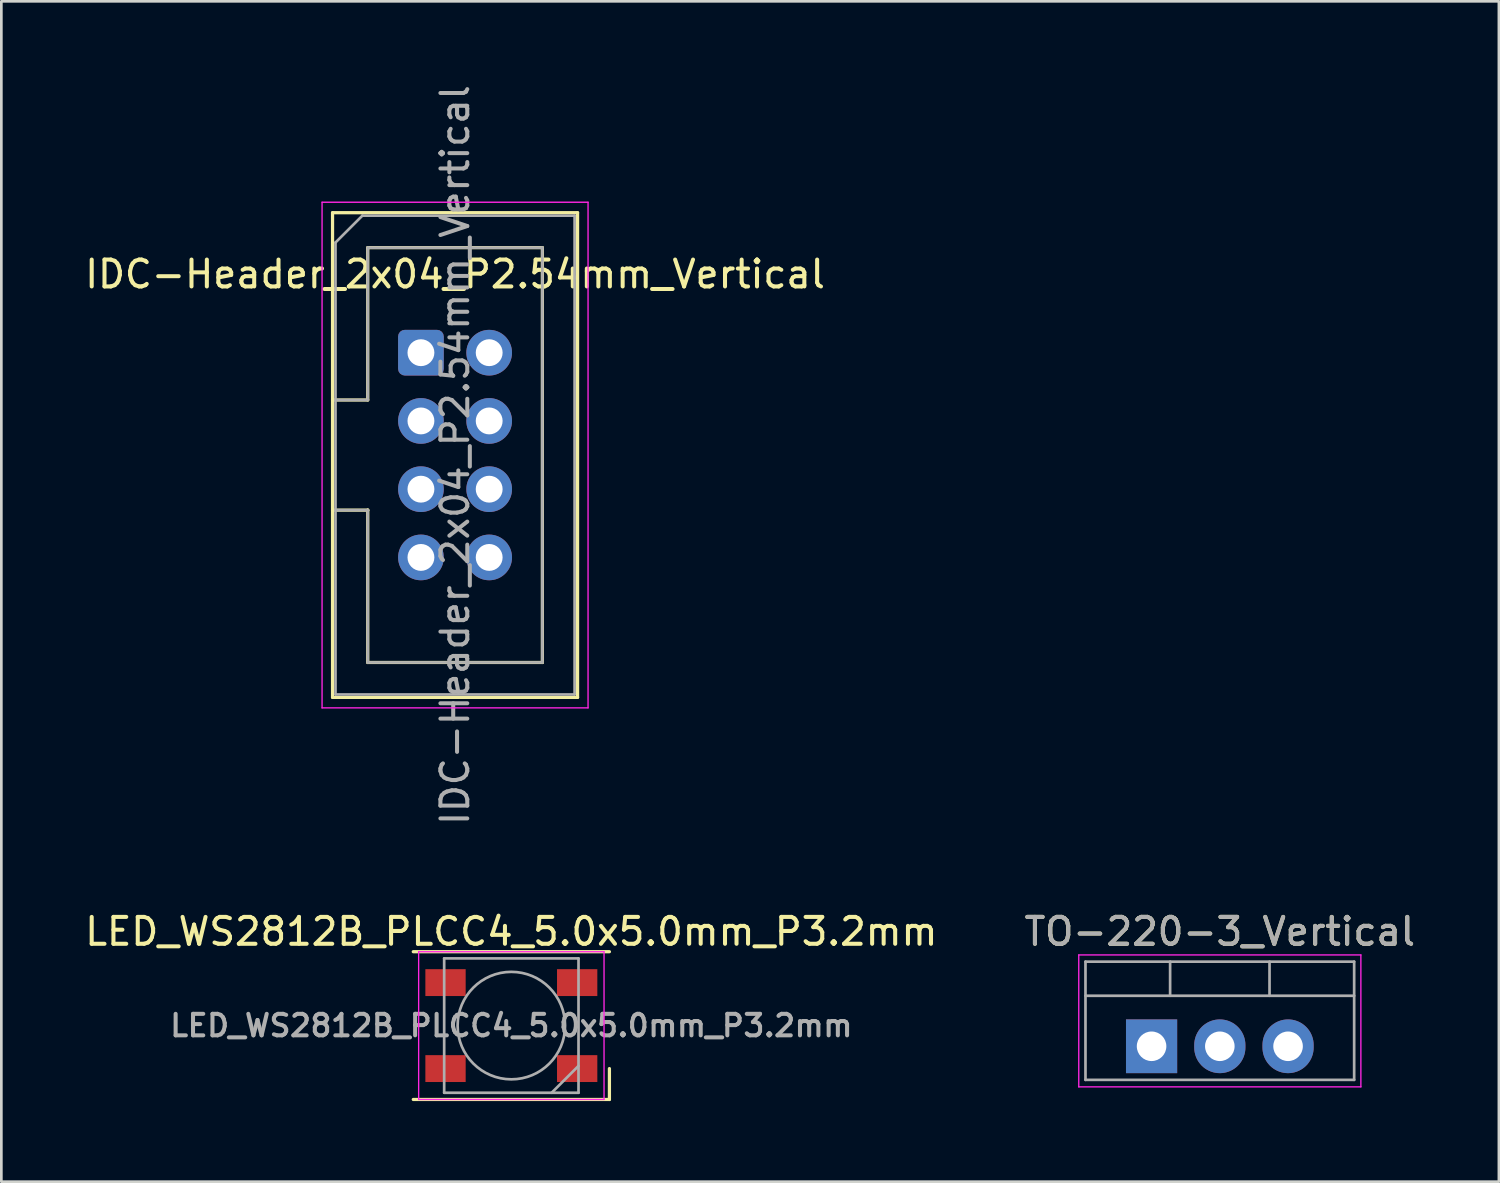
<source format=kicad_pcb>
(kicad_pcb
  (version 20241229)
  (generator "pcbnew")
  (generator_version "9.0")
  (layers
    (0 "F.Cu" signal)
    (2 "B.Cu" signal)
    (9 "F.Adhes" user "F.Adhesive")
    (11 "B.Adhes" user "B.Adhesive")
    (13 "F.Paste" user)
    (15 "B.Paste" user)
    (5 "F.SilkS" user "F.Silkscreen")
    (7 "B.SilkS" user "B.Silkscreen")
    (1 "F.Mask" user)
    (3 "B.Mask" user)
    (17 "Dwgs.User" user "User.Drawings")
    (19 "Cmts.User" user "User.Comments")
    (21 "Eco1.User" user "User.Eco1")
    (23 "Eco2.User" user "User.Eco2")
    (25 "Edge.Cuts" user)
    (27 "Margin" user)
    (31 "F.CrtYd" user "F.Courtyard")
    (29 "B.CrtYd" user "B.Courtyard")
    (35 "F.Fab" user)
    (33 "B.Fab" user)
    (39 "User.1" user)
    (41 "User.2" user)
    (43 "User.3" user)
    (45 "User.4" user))
  (footprint "TO-220-3_Vertical"
    (layer "F.Cu")
    (at 39.811 35.892)
    (property "Reference" "TO-220-3_Vertical" (at 2.54 -4.27 0) (layer "F.SilkS") (effects (font (size 1 1) (thickness 0.15))))
    (attr through_hole)
    (fp_line (start -2.71 -3.4) (end -2.71 1.51) (stroke (width 0.05) (type solid)) (layer "F.CrtYd"))
    (fp_line (start -2.71 1.51) (end 7.79 1.51) (stroke (width 0.05) (type solid)) (layer "F.CrtYd"))
    (fp_line (start 7.79 -3.4) (end -2.71 -3.4) (stroke (width 0.05) (type solid)) (layer "F.CrtYd"))
    (fp_line (start 7.79 1.51) (end 7.79 -3.4) (stroke (width 0.05) (type solid)) (layer "F.CrtYd"))
    (fp_line (start -2.46 -3.15) (end -2.46 1.25) (stroke (width 0.1) (type solid)) (layer "F.Fab"))
    (fp_line (start -2.46 -1.88) (end 7.54 -1.88) (stroke (width 0.1) (type solid)) (layer "F.Fab"))
    (fp_line (start -2.46 1.25) (end 7.54 1.25) (stroke (width 0.1) (type solid)) (layer "F.Fab"))
    (fp_line (start 0.69 -3.15) (end 0.69 -1.88) (stroke (width 0.1) (type solid)) (layer "F.Fab"))
    (fp_line (start 4.39 -3.15) (end 4.39 -1.88) (stroke (width 0.1) (type solid)) (layer "F.Fab"))
    (fp_line (start 7.54 -3.15) (end -2.46 -3.15) (stroke (width 0.1) (type solid)) (layer "F.Fab"))
    (fp_line (start 7.54 1.25) (end 7.54 -3.15) (stroke (width 0.1) (type solid)) (layer "F.Fab"))
    (fp_text user "${REFERENCE}" (at 2.54 -4.27 0) (layer "F.Fab") (effects (font (size 1 1) (thickness 0.15))))
    (pad "1" thru_hole rect (at 0 0) (size 1.905 2) (drill 1.1) (layers "*.Cu" "*.Mask"))
    (pad "2" thru_hole oval (at 2.54 0) (size 1.905 2) (drill 1.1) (layers "*.Cu" "*.Mask"))
    (pad "3" thru_hole oval (at 5.08 0) (size 1.905 2) (drill 1.1) (layers "*.Cu" "*.Mask")))
  (footprint "LED_WS2812B_PLCC4_5.0x5.0mm_P3.2mm"
    (layer "F.Cu")
    (at 15.982 35.122)
    (property "Reference" "LED_WS2812B_PLCC4_5.0x5.0mm_P3.2mm" (at 0 -3.5 0) (layer "F.SilkS") (effects (font (size 1 1) (thickness 0.15))))
    (attr smd)
    (fp_line (start -3.65 -2.75) (end 3.65 -2.75) (stroke (width 0.12) (type solid)) (layer "F.SilkS"))
    (fp_line (start -3.65 2.75) (end 3.65 2.75) (stroke (width 0.12) (type solid)) (layer "F.SilkS"))
    (fp_line (start 3.65 2.75) (end 3.65 1.6) (stroke (width 0.12) (type solid)) (layer "F.SilkS"))
    (fp_line (start -3.45 -2.75) (end -3.45 2.75) (stroke (width 0.05) (type solid)) (layer "F.CrtYd"))
    (fp_line (start -3.45 2.75) (end 3.45 2.75) (stroke (width 0.05) (type solid)) (layer "F.CrtYd"))
    (fp_line (start 3.45 -2.75) (end -3.45 -2.75) (stroke (width 0.05) (type solid)) (layer "F.CrtYd"))
    (fp_line (start 3.45 2.75) (end 3.45 -2.75) (stroke (width 0.05) (type solid)) (layer "F.CrtYd"))
    (fp_line (start -2.5 -2.5) (end -2.5 2.5) (stroke (width 0.1) (type solid)) (layer "F.Fab"))
    (fp_line (start -2.5 2.5) (end 2.5 2.5) (stroke (width 0.1) (type solid)) (layer "F.Fab"))
    (fp_line (start 2.5 -2.5) (end -2.5 -2.5) (stroke (width 0.1) (type solid)) (layer "F.Fab"))
    (fp_line (start 2.5 1.5) (end 1.5 2.5) (stroke (width 0.1) (type solid)) (layer "F.Fab"))
    (fp_line (start 2.5 2.5) (end 2.5 -2.5) (stroke (width 0.1) (type solid)) (layer "F.Fab"))
    (fp_circle (center 0 0) (end 0 -2) (stroke (width 0.1) (type solid)) (fill no) (layer "F.Fab"))
    (fp_text user "${REFERENCE}" (at 0 0 0) (layer "F.Fab") (effects (font (size 0.8 0.8) (thickness 0.15))))
    (pad "1" smd rect (at -2.45 -1.6) (size 1.5 1) (layers "F.Cu" "F.Mask" "F.Paste"))
    (pad "2" smd rect (at -2.45 1.6) (size 1.5 1) (layers "F.Cu" "F.Mask" "F.Paste"))
    (pad "3" smd rect (at 2.45 1.6) (size 1.5 1) (layers "F.Cu" "F.Mask" "F.Paste"))
    (pad "4" smd rect (at 2.45 -1.6) (size 1.5 1) (layers "F.Cu" "F.Mask" "F.Paste")))
  (footprint "IDC-Header_2x04_P2.54mm_Vertical"
    (layer "F.Cu")
    (at 12.617 10.077)
    (property "Reference" "IDC-Header_2x04_P2.54mm_Vertical" (at 1.27 -2.921 0) (layer "F.SilkS") (effects (font (size 1 1) (thickness 0.15))))
    (attr through_hole)
    (fp_line (start -3.29 -5.21) (end 5.83 -5.21) (stroke (width 0.12) (type solid)) (layer "F.SilkS"))
    (fp_line (start -3.29 1.76) (end -1.98 1.76) (stroke (width 0.12) (type solid)) (layer "F.SilkS"))
    (fp_line (start -3.29 12.83) (end -3.29 -5.21) (stroke (width 0.12) (type solid)) (layer "F.SilkS"))
    (fp_line (start -1.98 -3.91) (end 4.52 -3.91) (stroke (width 0.12) (type solid)) (layer "F.SilkS"))
    (fp_line (start -1.98 1.76) (end -1.98 -3.91) (stroke (width 0.12) (type solid)) (layer "F.SilkS"))
    (fp_line (start -1.98 5.86) (end -3.29 5.86) (stroke (width 0.12) (type solid)) (layer "F.SilkS"))
    (fp_line (start -1.98 5.86) (end -1.98 5.86) (stroke (width 0.12) (type solid)) (layer "F.SilkS"))
    (fp_line (start -1.98 11.53) (end -1.98 5.86) (stroke (width 0.12) (type solid)) (layer "F.SilkS"))
    (fp_line (start 4.52 -3.91) (end 4.52 11.53) (stroke (width 0.12) (type solid)) (layer "F.SilkS"))
    (fp_line (start 4.52 11.53) (end -1.98 11.53) (stroke (width 0.12) (type solid)) (layer "F.SilkS"))
    (fp_line (start 5.83 -5.21) (end 5.83 12.83) (stroke (width 0.12) (type solid)) (layer "F.SilkS"))
    (fp_line (start 5.83 12.83) (end -3.29 12.83) (stroke (width 0.12) (type solid)) (layer "F.SilkS"))
    (fp_line (start -3.68 -5.6) (end -3.68 13.22) (stroke (width 0.05) (type solid)) (layer "F.CrtYd"))
    (fp_line (start -3.68 13.22) (end 6.22 13.22) (stroke (width 0.05) (type solid)) (layer "F.CrtYd"))
    (fp_line (start 6.22 -5.6) (end -3.68 -5.6) (stroke (width 0.05) (type solid)) (layer "F.CrtYd"))
    (fp_line (start 6.22 13.22) (end 6.22 -5.6) (stroke (width 0.05) (type solid)) (layer "F.CrtYd"))
    (fp_line (start -3.18 -4.1) (end -2.18 -5.1) (stroke (width 0.1) (type solid)) (layer "F.Fab"))
    (fp_line (start -3.18 1.76) (end -1.98 1.76) (stroke (width 0.1) (type solid)) (layer "F.Fab"))
    (fp_line (start -3.18 12.72) (end -3.18 -4.1) (stroke (width 0.1) (type solid)) (layer "F.Fab"))
    (fp_line (start -2.18 -5.1) (end 5.72 -5.1) (stroke (width 0.1) (type solid)) (layer "F.Fab"))
    (fp_line (start -1.98 -3.91) (end 4.52 -3.91) (stroke (width 0.1) (type solid)) (layer "F.Fab"))
    (fp_line (start -1.98 1.76) (end -1.98 -3.91) (stroke (width 0.1) (type solid)) (layer "F.Fab"))
    (fp_line (start -1.98 5.86) (end -3.18 5.86) (stroke (width 0.1) (type solid)) (layer "F.Fab"))
    (fp_line (start -1.98 5.86) (end -1.98 5.86) (stroke (width 0.1) (type solid)) (layer "F.Fab"))
    (fp_line (start -1.98 11.53) (end -1.98 5.86) (stroke (width 0.1) (type solid)) (layer "F.Fab"))
    (fp_line (start 4.52 -3.91) (end 4.52 11.53) (stroke (width 0.1) (type solid)) (layer "F.Fab"))
    (fp_line (start 4.52 11.53) (end -1.98 11.53) (stroke (width 0.1) (type solid)) (layer "F.Fab"))
    (fp_line (start 5.72 -5.1) (end 5.72 12.72) (stroke (width 0.1) (type solid)) (layer "F.Fab"))
    (fp_line (start 5.72 12.72) (end -3.18 12.72) (stroke (width 0.1) (type solid)) (layer "F.Fab"))
    (fp_text user "${REFERENCE}" (at 1.27 3.81 90) (layer "F.Fab") (effects (font (size 1 1) (thickness 0.15))))
    (pad "1" thru_hole roundrect (at 0 0) (size 1.7 1.7) (drill 1) (layers "*.Cu" "*.Mask") (roundrect_rratio 0.147))
    (pad "2" thru_hole circle (at 2.54 0) (size 1.7 1.7) (drill 1) (layers "*.Cu" "*.Mask"))
    (pad "3" thru_hole circle (at 0 2.54) (size 1.7 1.7) (drill 1) (layers "*.Cu" "*.Mask"))
    (pad "4" thru_hole circle (at 2.54 2.54) (size 1.7 1.7) (drill 1) (layers "*.Cu" "*.Mask"))
    (pad "5" thru_hole circle (at 0 5.08) (size 1.7 1.7) (drill 1) (layers "*.Cu" "*.Mask"))
    (pad "6" thru_hole circle (at 2.54 5.08) (size 1.7 1.7) (drill 1) (layers "*.Cu" "*.Mask"))
    (pad "7" thru_hole circle (at 0 7.62) (size 1.7 1.7) (drill 1) (layers "*.Cu" "*.Mask"))
    (pad "8" thru_hole circle (at 2.54 7.62) (size 1.7 1.7) (drill 1) (layers "*.Cu" "*.Mask")))
  (gr_rect
    (start -3 -3)
    (end 52.738 40.932)
    (stroke (width 0.1) (type default))
    (fill no)
    (layer "Edge.Cuts")))
</source>
